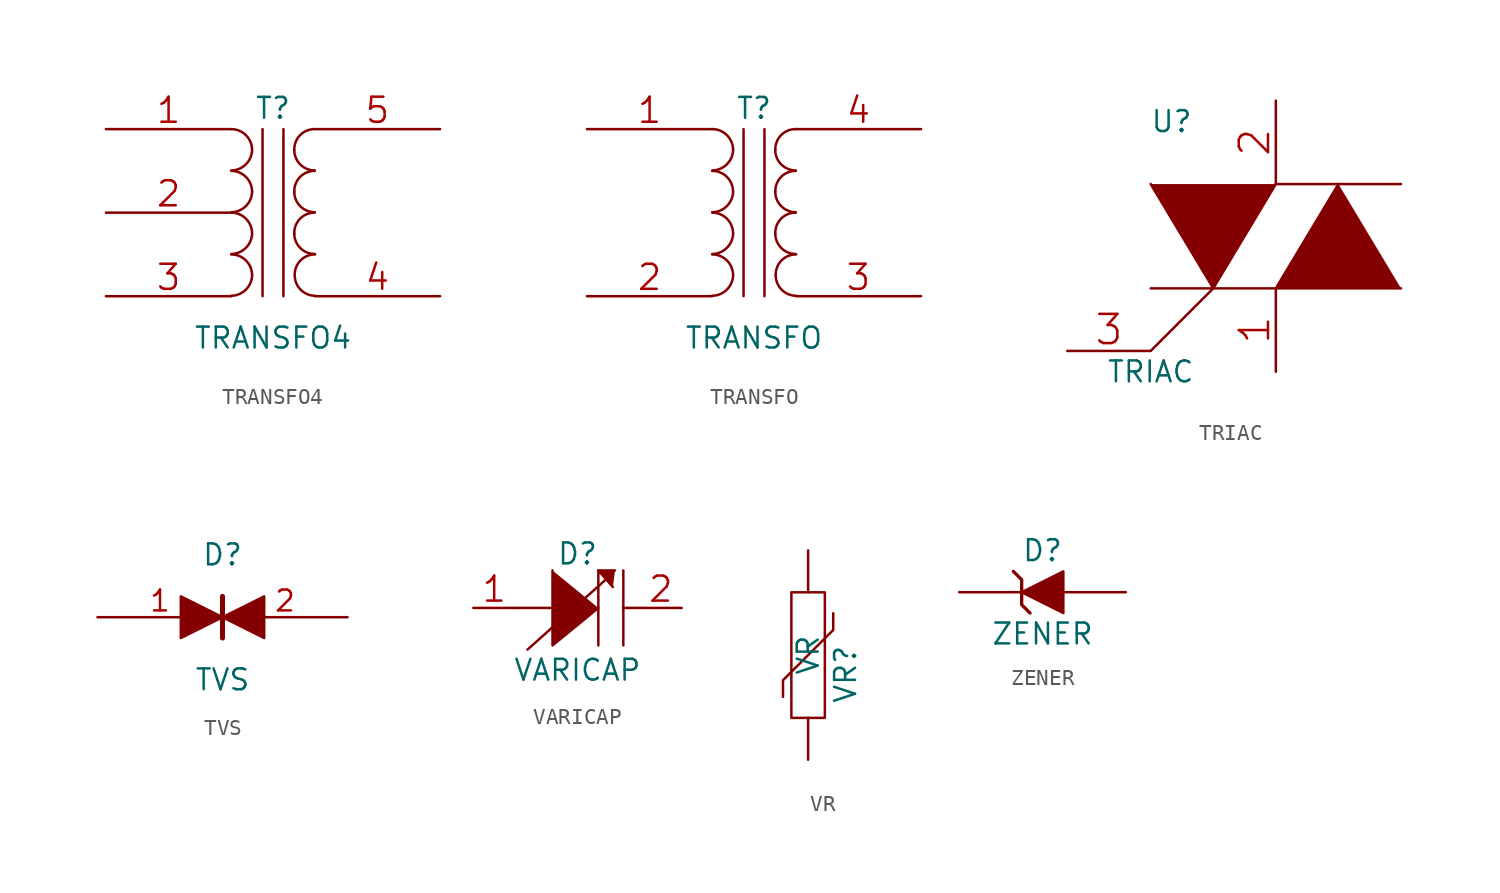
<source format=kicad_sym>
(kicad_symbol_lib
  (version 20211014)
  (generator kicad_symbol_editor)
  (symbol "TRANSFO4"
    (pin_names
      (offset 1.016) hide)
    (property "Reference" "T"
      (at 0 6.35 0)
      (effects (font (size 1.27 1.27))))
    (property "Value" "TRANSFO4"
      (at 0 -7.62 0)
      (effects (font (size 1.27 1.27))))
    (property "Footprint" ""
      (at 0 0 0)
      (effects (font (size 1.524 1.524))))
    (property "Datasheet" ""
      (at 0 0 0)
      (effects (font (size 1.524 1.524))))
    (symbol "TRANSFO4_0_1"
      (arc (start -2.54 -5.0546) (mid -1.6599 -4.6901) (end -1.27 -3.81) (stroke (width 0) (type default) (color 0 0 0 0)) (fill (type none)))
      (arc (start -2.54 -2.5146) (mid -1.6599 -2.1501) (end -1.27 -1.27) (stroke (width 0) (type default) (color 0 0 0 0)) (fill (type none)))
      (arc (start -2.54 0.0254) (mid -1.6599 0.3899) (end -1.27 1.27) (stroke (width 0) (type default) (color 0 0 0 0)) (fill (type none)))
      (arc (start -2.54 2.5654) (mid -1.6599 2.9299) (end -1.27 3.81) (stroke (width 0) (type default) (color 0 0 0 0)) (fill (type none)))
      (arc (start -1.27 -3.81) (mid -1.642 -2.912) (end -2.54 -2.54) (stroke (width 0) (type default) (color 0 0 0 0)) (fill (type none)))
      (arc (start -1.27 -1.27) (mid -1.642 -0.372) (end -2.54 0) (stroke (width 0) (type default) (color 0 0 0 0)) (fill (type none)))
      (arc (start -1.27 1.27) (mid -1.642 2.168) (end -2.54 2.54) (stroke (width 0) (type default) (color 0 0 0 0)) (fill (type none)))
      (arc (start -1.27 3.81) (mid -1.642 4.708) (end -2.54 5.08) (stroke (width 0) (type default) (color 0 0 0 0)) (fill (type none)))
      (polyline (pts (xy -0.635 5.08) (xy -0.635 -5.08)) (stroke (width 0) (type default) (color 0 0 0 0)) (fill (type none)))
      (polyline (pts (xy 0.635 -5.08) (xy 0.635 5.08)) (stroke (width 0) (type default) (color 0 0 0 0)) (fill (type none)))
      (arc (start 1.2954 -1.27) (mid 1.6599 -2.1501) (end 2.54 -2.5146) (stroke (width 0) (type default) (color 0 0 0 0)) (fill (type none)))
      (arc (start 1.2954 1.27) (mid 1.6599 0.3899) (end 2.54 0.0254) (stroke (width 0) (type default) (color 0 0 0 0)) (fill (type none)))
      (arc (start 1.2954 3.81) (mid 1.6599 2.9299) (end 2.54 2.5654) (stroke (width 0) (type default) (color 0 0 0 0)) (fill (type none)))
      (arc (start 1.3208 -3.81) (mid 1.6853 -4.6901) (end 2.5654 -5.0546) (stroke (width 0) (type default) (color 0 0 0 0)) (fill (type none)))
      (arc (start 2.54 0) (mid 1.642 -0.372) (end 1.2954 -1.27) (stroke (width 0) (type default) (color 0 0 0 0)) (fill (type none)))
      (arc (start 2.54 2.54) (mid 1.642 2.168) (end 1.2954 1.27) (stroke (width 0) (type default) (color 0 0 0 0)) (fill (type none)))
      (arc (start 2.54 5.08) (mid 1.642 4.708) (end 1.2954 3.81) (stroke (width 0) (type default) (color 0 0 0 0)) (fill (type none)))
      (arc (start 2.5654 -2.54) (mid 1.6674 -2.912) (end 1.3208 -3.81) (stroke (width 0) (type default) (color 0 0 0 0)) (fill (type none))))
    (symbol "TRANSFO4_1_1"
      (pin passive line (at -10.16 5.08 0) (length 7.62) (name "PR1" (effects (font (size 1.524 1.524)))) (number "1" (effects (font (size 1.524 1.524)))))
      (pin passive line (at -10.16 0 0) (length 7.62) (name "PM" (effects (font (size 1.524 1.524)))) (number "2" (effects (font (size 1.524 1.524)))))
      (pin passive line (at -10.16 -5.08 0) (length 7.62) (name "PR2" (effects (font (size 1.524 1.524)))) (number "3" (effects (font (size 1.524 1.524)))))
      (pin passive line (at 10.16 -5.08 180) (length 7.62) (name "S1" (effects (font (size 1.524 1.524)))) (number "4" (effects (font (size 1.524 1.524)))))
      (pin passive line (at 10.16 5.08 180) (length 7.62) (name "S2" (effects (font (size 1.524 1.524)))) (number "5" (effects (font (size 1.524 1.524)))))))
  (symbol "TRANSFO"
    (pin_names
      (offset 1.016) hide)
    (property "Reference" "T"
      (at 0 6.35 0)
      (effects (font (size 1.27 1.27))))
    (property "Value" "TRANSFO"
      (at 0 -7.62 0)
      (effects (font (size 1.27 1.27))))
    (property "Footprint" ""
      (at 0 0 0)
      (effects (font (size 1.524 1.524))))
    (property "Datasheet" ""
      (at 0 0 0)
      (effects (font (size 1.524 1.524))))
    (symbol "TRANSFO_0_1"
      (arc (start -2.54 -5.0546) (mid -1.6599 -4.6901) (end -1.27 -3.81) (stroke (width 0) (type default) (color 0 0 0 0)) (fill (type none)))
      (arc (start -2.54 -2.5146) (mid -1.6599 -2.1501) (end -1.27 -1.27) (stroke (width 0) (type default) (color 0 0 0 0)) (fill (type none)))
      (arc (start -2.54 0.0254) (mid -1.6599 0.3899) (end -1.27 1.27) (stroke (width 0) (type default) (color 0 0 0 0)) (fill (type none)))
      (arc (start -2.54 2.5654) (mid -1.6599 2.9299) (end -1.27 3.81) (stroke (width 0) (type default) (color 0 0 0 0)) (fill (type none)))
      (arc (start -1.27 -3.81) (mid -1.642 -2.912) (end -2.54 -2.54) (stroke (width 0) (type default) (color 0 0 0 0)) (fill (type none)))
      (arc (start -1.27 -1.27) (mid -1.642 -0.372) (end -2.54 0) (stroke (width 0) (type default) (color 0 0 0 0)) (fill (type none)))
      (arc (start -1.27 1.27) (mid -1.642 2.168) (end -2.54 2.54) (stroke (width 0) (type default) (color 0 0 0 0)) (fill (type none)))
      (arc (start -1.27 3.81) (mid -1.642 4.708) (end -2.54 5.08) (stroke (width 0) (type default) (color 0 0 0 0)) (fill (type none)))
      (polyline (pts (xy -0.635 5.08) (xy -0.635 -5.08)) (stroke (width 0) (type default) (color 0 0 0 0)) (fill (type none)))
      (polyline (pts (xy 0.635 -5.08) (xy 0.635 5.08)) (stroke (width 0) (type default) (color 0 0 0 0)) (fill (type none)))
      (arc (start 1.2954 -1.27) (mid 1.6599 -2.1501) (end 2.54 -2.5146) (stroke (width 0) (type default) (color 0 0 0 0)) (fill (type none)))
      (arc (start 1.2954 1.27) (mid 1.6599 0.3899) (end 2.54 0.0254) (stroke (width 0) (type default) (color 0 0 0 0)) (fill (type none)))
      (arc (start 1.2954 3.81) (mid 1.6599 2.9299) (end 2.54 2.5654) (stroke (width 0) (type default) (color 0 0 0 0)) (fill (type none)))
      (arc (start 1.3208 -3.81) (mid 1.6853 -4.6901) (end 2.5654 -5.0546) (stroke (width 0) (type default) (color 0 0 0 0)) (fill (type none)))
      (arc (start 2.54 0) (mid 1.642 -0.372) (end 1.2954 -1.27) (stroke (width 0) (type default) (color 0 0 0 0)) (fill (type none)))
      (arc (start 2.54 2.54) (mid 1.642 2.168) (end 1.2954 1.27) (stroke (width 0) (type default) (color 0 0 0 0)) (fill (type none)))
      (arc (start 2.54 5.08) (mid 1.642 4.708) (end 1.2954 3.81) (stroke (width 0) (type default) (color 0 0 0 0)) (fill (type none)))
      (arc (start 2.5654 -2.54) (mid 1.6674 -2.912) (end 1.3208 -3.81) (stroke (width 0) (type default) (color 0 0 0 0)) (fill (type none))))
    (symbol "TRANSFO_1_1"
      (pin passive line (at -10.16 5.08 0) (length 7.62) (name "AA" (effects (font (size 1.524 1.524)))) (number "1" (effects (font (size 1.524 1.524)))))
      (pin passive line (at -10.16 -5.08 0) (length 7.62) (name "AB" (effects (font (size 1.524 1.524)))) (number "2" (effects (font (size 1.524 1.524)))))
      (pin passive line (at 10.16 -5.08 180) (length 7.62) (name "SA" (effects (font (size 1.524 1.524)))) (number "3" (effects (font (size 1.524 1.524)))))
      (pin passive line (at 10.16 5.08 180) (length 7.62) (name "SB" (effects (font (size 1.524 1.524)))) (number "4" (effects (font (size 1.524 1.524)))))))
  (symbol "TRIAC"
    (pin_names
      (offset 0.254))
    (property "Reference" "U"
      (at -6.35 8.89 0)
      (effects (font (size 1.27 1.27))))
    (property "Value" "TRIAC"
      (at -7.62 -6.35 0)
      (effects (font (size 1.27 1.27))))
    (property "Footprint" ""
      (at 0 0 0)
      (effects (font (size 1.524 1.524))))
    (property "Datasheet" ""
      (at 0 0 0)
      (effects (font (size 1.524 1.524))))
    (symbol "TRIAC_0_1"
      (polyline (pts (xy -7.62 -1.27) (xy 0 -1.27)) (stroke (width 0) (type default) (color 0 0 0 0)) (fill (type none)))
      (polyline (pts (xy -3.81 -1.27) (xy -7.62 -5.08)) (stroke (width 0) (type default) (color 0 0 0 0)) (fill (type none)))
      (polyline (pts (xy 0 5.08) (xy 7.62 5.08)) (stroke (width 0) (type default) (color 0 0 0 0)) (fill (type none)))
      (polyline (pts (xy -7.62 5.08) (xy -3.81 -1.27) (xy 0 5.08)) (stroke (width 0) (type default) (color 0 0 0 0)) (fill (type outline)))
      (polyline (pts (xy 3.81 5.08) (xy 0 -1.27) (xy 7.62 -1.27)) (stroke (width 0) (type default) (color 0 0 0 0)) (fill (type outline))))
    (symbol "TRIAC_1_1"
      (pin passive line (at 0 -6.35 90) (length 5.08) (name "~" (effects (font (size 1.778 1.778)))) (number "1" (effects (font (size 1.778 1.778)))))
      (pin passive line (at 0 10.16 270) (length 5.08) (name "~" (effects (font (size 1.778 1.778)))) (number "2" (effects (font (size 1.778 1.778)))))
      (pin input line (at -12.7 -5.08 0) (length 5.08) (name "~" (effects (font (size 1.778 1.778)))) (number "3" (effects (font (size 1.778 1.778)))))))
  (symbol "TVS"
    (pin_names
      (offset 1.016))
    (property "Reference" "D"
      (at 0 3.81 0)
      (effects (font (size 1.27 1.27))))
    (property "Value" "TVS"
      (at 0 -3.81 0)
      (effects (font (size 1.27 1.27))))
    (property "Footprint" ""
      (at 0 0 0)
      (effects (font (size 1.524 1.524))))
    (property "Datasheet" ""
      (at 0 0 0)
      (effects (font (size 1.524 1.524))))
    (symbol "TVS_0_1"
      (polyline (pts (xy 0 1.27) (xy 0 -1.27)) (stroke (width 0.305) (type default) (color 0 0 0 0)) (fill (type none)))
      (polyline (pts (xy -2.54 1.27) (xy -2.54 -1.27) (xy 0 0) (xy -2.54 1.27)) (stroke (width 0) (type default) (color 0 0 0 0)) (fill (type outline)))
      (polyline (pts (xy 0 0) (xy 2.54 1.27) (xy 2.54 -1.27) (xy 0 0)) (stroke (width 0) (type default) (color 0 0 0 0)) (fill (type outline))))
    (symbol "TVS_1_1"
      (pin passive line (at -7.62 0 0) (length 7.62) (name "~" (effects (font (size 1.27 1.27)))) (number "1" (effects (font (size 1.27 1.27)))))
      (pin passive line (at 7.62 0 180) (length 7.62) (name "~" (effects (font (size 1.27 1.27)))) (number "2" (effects (font (size 1.27 1.27)))))))
  (symbol "VARICAP"
    (pin_names
      (offset 1.016) hide)
    (property "Reference" "D"
      (at 0 3.302 0)
      (effects (font (size 1.27 1.27))))
    (property "Value" "VARICAP"
      (at 0 -3.048 0)
      (effects (font (size 1.27 1.27)) (justify top)))
    (property "Footprint" ""
      (at 0 0 0)
      (effects (font (size 1.524 1.524))))
    (property "Datasheet" ""
      (at 0 0 0)
      (effects (font (size 1.524 1.524))))
    (symbol "VARICAP_0_1"
      (polyline (pts (xy -3.81 0) (xy -1.549 0)) (stroke (width 0) (type default) (color 0 0 0 0)) (fill (type none)))
      (polyline (pts (xy -3.048 -2.54) (xy 1.778 1.778)) (stroke (width 0) (type default) (color 0 0 0 0)) (fill (type none)))
      (polyline (pts (xy 1.27 -2.286) (xy 1.27 2.286)) (stroke (width 0) (type default) (color 0 0 0 0)) (fill (type none)))
      (polyline (pts (xy 2.769 0) (xy 3.81 0)) (stroke (width 0) (type default) (color 0 0 0 0)) (fill (type none)))
      (polyline (pts (xy 2.794 -2.286) (xy 2.794 2.286)) (stroke (width 0) (type default) (color 0 0 0 0)) (fill (type none)))
      (polyline (pts (xy -1.524 2.286) (xy -1.524 -2.286) (xy 1.27 0)) (stroke (width 0) (type default) (color 0 0 0 0)) (fill (type outline)))
      (polyline (pts (xy 2.286 2.286) (xy 1.27 2.286) (xy 2.159 1.27)) (stroke (width 0) (type default) (color 0 0 0 0)) (fill (type outline))))
    (symbol "VARICAP_1_1"
      (pin passive line (at -6.35 0 0) (length 2.54) (name "ANODE" (effects (font (size 1.524 1.524)))) (number "1" (effects (font (size 1.524 1.524)))))
      (pin passive line (at 6.35 0 180) (length 2.54) (name "CATHODE" (effects (font (size 1.524 1.524)))) (number "2" (effects (font (size 1.524 1.524)))))))
  (symbol "VR"
    (pin_numbers hide)
    (pin_names
      (offset 0))
    (property "Reference" "VR"
      (at 1.524 -1.168 90)
      (effects (font (size 1.27 1.27)) (justify top)))
    (property "Value" "VR"
      (at 0 0 90)
      (effects (font (size 1.27 1.27))))
    (property "Footprint" ""
      (at 0 0 0)
      (effects (font (size 1.524 1.524))))
    (property "Datasheet" ""
      (at 0 0 0)
      (effects (font (size 1.524 1.524))))
    (symbol "VR_0_1"
      (rectangle (start -1.016 3.81) (end 1.016 -3.81) (stroke (width 0) (type default) (color 0 0 0 0)) (fill (type none)))
      (polyline (pts (xy -1.524 -2.54) (xy -1.524 -1.524) (xy 1.524 1.524) (xy 1.524 2.54) (xy 1.524 2.54)) (stroke (width 0) (type default) (color 0 0 0 0)) (fill (type none))))
    (symbol "VR_1_1"
      (pin passive line (at 0 6.35 270) (length 2.54) (name "~" (effects (font (size 1.524 1.524)))) (number "1" (effects (font (size 1.524 1.524)))))
      (pin passive line (at 0 -6.35 90) (length 2.54) (name "~" (effects (font (size 1.524 1.524)))) (number "2" (effects (font (size 1.524 1.524)))))))
  (symbol "ZENER"
    (pin_numbers hide)
    (pin_names
      (offset 1.016) hide)
    (property "Reference" "D"
      (at 0 2.54 0)
      (effects (font (size 1.27 1.27))))
    (property "Value" "ZENER"
      (at 0 -2.54 0)
      (effects (font (size 1.27 1.27))))
    (property "Footprint" ""
      (at 0 0 0)
      (effects (font (size 1.524 1.524))))
    (property "Datasheet" ""
      (at 0 0 0)
      (effects (font (size 1.524 1.524))))
    (symbol "ZENER_0_1"
      (polyline (pts (xy -1.778 1.27) (xy -1.27 0.762) (xy -1.27 -0.762) (xy -0.762 -1.27) (xy -0.762 -1.27)) (stroke (width 0.203) (type default) (color 0 0 0 0)) (fill (type none)))
      (polyline (pts (xy -1.27 0) (xy 1.27 1.27) (xy 1.27 -1.27) (xy -1.27 0) (xy -1.27 0)) (stroke (width 0) (type default) (color 0 0 0 0)) (fill (type outline))))
    (symbol "ZENER_1_1"
      (pin passive line (at -5.08 0 0) (length 3.81) (name "K" (effects (font (size 1.27 1.27)))) (number "1" (effects (font (size 1.27 1.27)))))
      (pin passive line (at 5.08 0 180) (length 3.81) (name "A" (effects (font (size 1.27 1.27)))) (number "2" (effects (font (size 1.27 1.27))))))))
</source>
